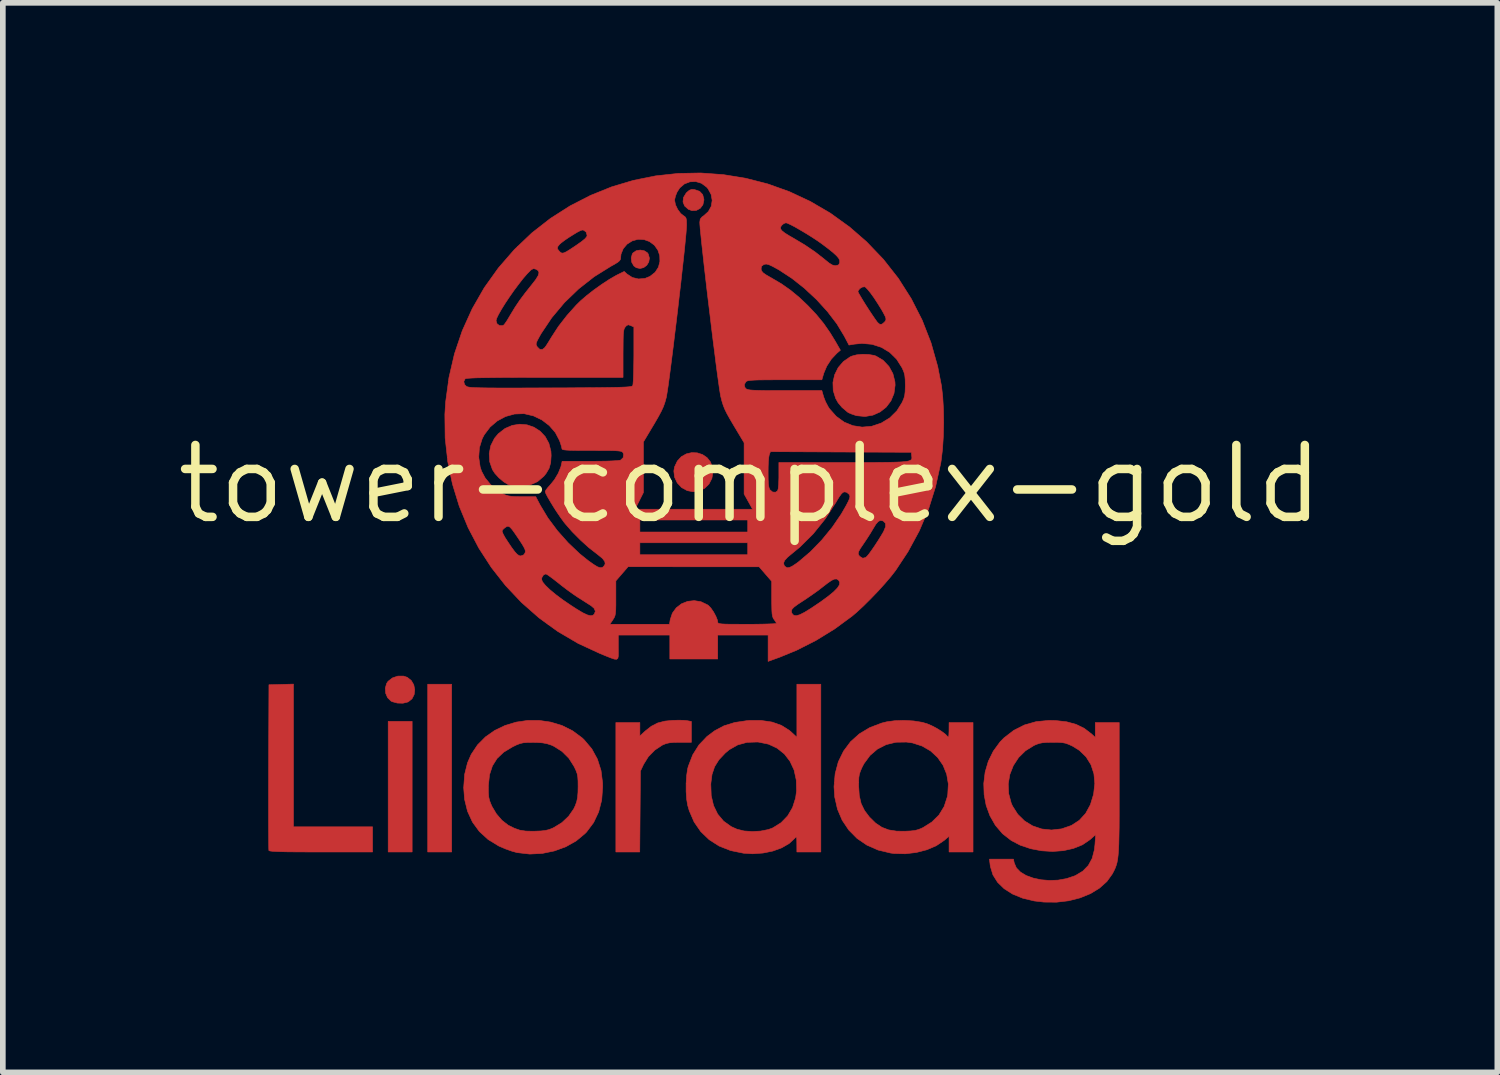
<source format=kicad_pcb>
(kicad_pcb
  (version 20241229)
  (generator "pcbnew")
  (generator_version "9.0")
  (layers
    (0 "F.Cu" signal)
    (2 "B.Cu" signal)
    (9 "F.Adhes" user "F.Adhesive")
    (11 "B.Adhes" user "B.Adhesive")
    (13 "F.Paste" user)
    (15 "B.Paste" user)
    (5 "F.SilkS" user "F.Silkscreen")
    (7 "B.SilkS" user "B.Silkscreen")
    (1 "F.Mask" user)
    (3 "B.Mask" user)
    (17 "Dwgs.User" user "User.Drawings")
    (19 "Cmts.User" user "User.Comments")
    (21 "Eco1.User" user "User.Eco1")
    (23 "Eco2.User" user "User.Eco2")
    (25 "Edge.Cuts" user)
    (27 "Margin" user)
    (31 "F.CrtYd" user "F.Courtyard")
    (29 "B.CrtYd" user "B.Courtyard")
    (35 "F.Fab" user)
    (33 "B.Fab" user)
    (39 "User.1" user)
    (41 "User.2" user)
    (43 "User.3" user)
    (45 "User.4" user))
  (footprint "tower-complex-gold"
    (layer "F.Cu")
    (at 10.198 5.499)
    (property "Reference" "tower-complex-gold" (at 0 0 0) (layer "F.SilkS") (effects (font (size 1.27 1.27) (thickness 0.15))))
    (attr through_hole)
    (fp_poly (pts (xy -5.969 6.498) (xy -6.392 6.498) (xy -6.392 4.191) (xy -5.969 4.191) (xy -5.969 6.498)) (stroke (width 0.01) (type solid)) (fill yes) (layer "F.Cu"))
    (fp_poly (pts (xy -5.271 6.498) (xy -5.694 6.498) (xy -5.694 3.535) (xy -5.271 3.535) (xy -5.271 6.498)) (stroke (width 0.01) (type solid)) (fill yes) (layer "F.Cu"))
    (fp_poly (pts (xy -1.871 -4.121) (xy -1.814 -4.085) (xy -1.799 -4.063) (xy -1.778 -3.989) (xy -1.79 -3.921) (xy -1.826 -3.863) (xy -1.88 -3.823) (xy -1.944 -3.807) (xy -2.01 -3.821) (xy -2.053 -3.852) (xy -2.09 -3.916) (xy -2.1 -3.992) (xy -2.081 -4.063) (xy -2.068 -4.082) (xy -2.012 -4.121) (xy -1.942 -4.133) (xy -1.871 -4.121)) (stroke (width 0.01) (type solid)) (fill yes) (layer "F.Cu"))
    (fp_poly (pts (xy -0.979 -5.2) (xy -0.892 -5.17) (xy -0.838 -5.113) (xy -0.816 -5.03) (xy -0.816 -5.014) (xy -0.834 -4.932) (xy -0.881 -4.87) (xy -0.949 -4.833) (xy -1.027 -4.829) (xy -1.09 -4.852) (xy -1.156 -4.91) (xy -1.185 -4.982) (xy -1.177 -5.061) (xy -1.13 -5.138) (xy -1.121 -5.148) (xy -1.073 -5.189) (xy -1.031 -5.204) (xy -0.979 -5.2)) (stroke (width 0.01) (type solid)) (fill yes) (layer "F.Cu"))
    (fp_poly (pts (xy -6.056 3.413) (xy -5.984 3.47) (xy -5.94 3.546) (xy -5.923 3.632) (xy -5.933 3.717) (xy -5.971 3.792) (xy -6.037 3.846) (xy -6.044 3.849) (xy -6.132 3.871) (xy -6.232 3.868) (xy -6.323 3.843) (xy -6.343 3.832) (xy -6.403 3.773) (xy -6.437 3.693) (xy -6.443 3.604) (xy -6.419 3.521) (xy -6.395 3.485) (xy -6.317 3.424) (xy -6.222 3.392) (xy -6.123 3.391) (xy -6.056 3.413)) (stroke (width 0.01) (type solid)) (fill yes) (layer "F.Cu"))
    (fp_poly (pts (xy -0.934 -0.551) (xy -0.841 -0.521) (xy -0.761 -0.467) (xy -0.699 -0.389) (xy -0.663 -0.288) (xy -0.656 -0.215) (xy -0.675 -0.099) (xy -0.726 -0.000193) (xy -0.803 0.075) (xy -0.899 0.122) (xy -1.007 0.136) (xy -1.111 0.116) (xy -1.211 0.061) (xy -1.287 -0.021) (xy -1.334 -0.121) (xy -1.347 -0.229) (xy -1.335 -0.301) (xy -1.285 -0.407) (xy -1.214 -0.484) (xy -1.126 -0.533) (xy -1.031 -0.555) (xy -0.934 -0.551)) (stroke (width 0.01) (type solid)) (fill yes) (layer "F.Cu"))
    (fp_poly (pts (xy -8.065 6.054) (xy -6.668 6.054) (xy -6.668 6.498) (xy -7.578 6.498) (xy -7.809 6.498) (xy -8.001 6.497) (xy -8.156 6.496) (xy -8.278 6.493) (xy -8.37 6.49) (xy -8.435 6.486) (xy -8.476 6.481) (xy -8.496 6.475) (xy -8.499 6.472) (xy -8.501 6.447) (xy -8.502 6.383) (xy -8.503 6.283) (xy -8.504 6.152) (xy -8.505 5.993) (xy -8.505 5.809) (xy -8.505 5.603) (xy -8.505 5.38) (xy -8.504 5.142) (xy -8.504 4.995) (xy -8.498 3.545) (xy -8.281 3.539) (xy -8.065 3.533) (xy -8.065 6.054)) (stroke (width 0.01) (type solid)) (fill yes) (layer "F.Cu"))
    (fp_poly (pts (xy -1.189 4.172) (xy -1.124 4.177) (xy -1.112 4.179) (xy -1.037 4.193) (xy -1.037 4.377) (xy -1.037 4.561) (xy -1.244 4.561) (xy -1.349 4.563) (xy -1.424 4.57) (xy -1.483 4.583) (xy -1.538 4.605) (xy -1.549 4.61) (xy -1.682 4.698) (xy -1.797 4.815) (xy -1.881 4.95) (xy -1.937 5.069) (xy -1.949 6.498) (xy -2.371 6.498) (xy -2.371 4.212) (xy -1.947 4.212) (xy -1.947 4.45) (xy -1.851 4.361) (xy -1.744 4.277) (xy -1.633 4.22) (xy -1.505 4.187) (xy -1.372 4.174) (xy -1.277 4.171) (xy -1.189 4.172)) (stroke (width 0.01) (type solid)) (fill yes) (layer "F.Cu"))
    (fp_poly (pts (xy -3.94 -1.046) (xy -3.818 -1.004) (xy -3.709 -0.934) (xy -3.619 -0.838) (xy -3.554 -0.719) (xy -3.518 -0.58) (xy -3.514 -0.503) (xy -3.522 -0.378) (xy -3.55 -0.278) (xy -3.603 -0.188) (xy -3.643 -0.138) (xy -3.754 -0.043) (xy -3.887 0.017) (xy -4.038 0.041) (xy -4.064 0.041) (xy -4.148 0.036) (xy -4.225 0.024) (xy -4.268 0.012) (xy -4.349 -0.037) (xy -4.434 -0.108) (xy -4.508 -0.189) (xy -4.551 -0.255) (xy -4.599 -0.393) (xy -4.608 -0.537) (xy -4.58 -0.678) (xy -4.515 -0.808) (xy -4.448 -0.888) (xy -4.329 -0.981) (xy -4.201 -1.036) (xy -4.07 -1.057) (xy -3.94 -1.046)) (stroke (width 0.01) (type solid)) (fill yes) (layer "F.Cu"))
    (fp_poly (pts (xy 2.095 -2.288) (xy 2.191 -2.272) (xy 2.224 -2.26) (xy 2.351 -2.184) (xy 2.452 -2.077) (xy 2.522 -1.949) (xy 2.558 -1.805) (xy 2.561 -1.746) (xy 2.541 -1.599) (xy 2.487 -1.469) (xy 2.403 -1.358) (xy 2.295 -1.273) (xy 2.169 -1.217) (xy 2.03 -1.193) (xy 1.884 -1.207) (xy 1.859 -1.214) (xy 1.791 -1.237) (xy 1.736 -1.261) (xy 1.721 -1.271) (xy 1.624 -1.353) (xy 1.555 -1.435) (xy 1.511 -1.513) (xy 1.468 -1.651) (xy 1.463 -1.793) (xy 1.493 -1.93) (xy 1.556 -2.057) (xy 1.648 -2.164) (xy 1.768 -2.247) (xy 1.798 -2.26) (xy 1.881 -2.282) (xy 1.986 -2.292) (xy 2.095 -2.288)) (stroke (width 0.01) (type solid)) (fill yes) (layer "F.Cu"))
    (fp_poly (pts (xy 1.249 6.498) (xy 0.826 6.498) (xy 0.825 6.355) (xy 0.824 6.281) (xy 0.821 6.242) (xy 0.812 6.233) (xy 0.797 6.247) (xy 0.788 6.257) (xy 0.689 6.349) (xy 0.557 6.425) (xy 0.401 6.482) (xy 0.228 6.517) (xy 0.046 6.53) (xy -0.116 6.52) (xy -0.345 6.473) (xy -0.548 6.393) (xy -0.723 6.281) (xy -0.871 6.139) (xy -0.989 5.968) (xy -1.075 5.769) (xy -1.103 5.673) (xy -1.121 5.564) (xy -1.13 5.431) (xy -1.13 5.304) (xy -0.694 5.304) (xy -0.687 5.503) (xy -0.646 5.678) (xy -0.573 5.829) (xy -0.468 5.954) (xy -0.334 6.05) (xy -0.232 6.096) (xy -0.107 6.127) (xy 0.037 6.137) (xy 0.185 6.129) (xy 0.322 6.102) (xy 0.402 6.072) (xy 0.547 5.981) (xy 0.664 5.86) (xy 0.75 5.713) (xy 0.804 5.543) (xy 0.82 5.422) (xy 0.815 5.227) (xy 0.777 5.051) (xy 0.705 4.897) (xy 0.605 4.767) (xy 0.477 4.665) (xy 0.325 4.594) (xy 0.151 4.558) (xy 0.126 4.556) (xy -0.055 4.562) (xy -0.219 4.607) (xy -0.369 4.692) (xy -0.439 4.751) (xy -0.551 4.87) (xy -0.627 4.992) (xy -0.673 5.129) (xy -0.694 5.291) (xy -0.694 5.304) (xy -1.13 5.304) (xy -1.13 5.288) (xy -1.121 5.15) (xy -1.104 5.032) (xy -1.092 4.986) (xy -1.013 4.782) (xy -0.903 4.607) (xy -0.761 4.458) (xy -0.626 4.357) (xy -0.46 4.269) (xy -0.272 4.211) (xy -0.057 4.179) (xy -0.018 4.176) (xy 0.2 4.176) (xy 0.389 4.204) (xy 0.552 4.262) (xy 0.692 4.35) (xy 0.73 4.383) (xy 0.826 4.472) (xy 0.826 3.535) (xy 1.249 3.535) (xy 1.249 6.498)) (stroke (width 0.01) (type solid)) (fill yes) (layer "F.Cu"))
    (fp_poly (pts (xy 2.888 4.184) (xy 3.038 4.208) (xy 3.122 4.232) (xy 3.207 4.268) (xy 3.297 4.315) (xy 3.382 4.368) (xy 3.45 4.419) (xy 3.49 4.461) (xy 3.492 4.464) (xy 3.504 4.469) (xy 3.51 4.435) (xy 3.513 4.362) (xy 3.513 4.355) (xy 3.514 4.212) (xy 3.937 4.212) (xy 3.937 6.498) (xy 3.514 6.498) (xy 3.514 6.22) (xy 3.427 6.294) (xy 3.289 6.387) (xy 3.122 6.459) (xy 2.936 6.507) (xy 2.74 6.53) (xy 2.542 6.525) (xy 2.481 6.517) (xy 2.26 6.464) (xy 2.062 6.377) (xy 1.888 6.258) (xy 1.742 6.11) (xy 1.626 5.937) (xy 1.543 5.742) (xy 1.494 5.526) (xy 1.482 5.345) (xy 1.483 5.334) (xy 1.917 5.334) (xy 1.928 5.503) (xy 1.961 5.644) (xy 2.021 5.767) (xy 2.108 5.882) (xy 2.216 5.988) (xy 2.326 6.062) (xy 2.446 6.108) (xy 2.586 6.13) (xy 2.731 6.132) (xy 2.837 6.127) (xy 2.914 6.118) (xy 2.979 6.1) (xy 3.044 6.072) (xy 3.049 6.07) (xy 3.209 5.97) (xy 3.335 5.846) (xy 3.427 5.696) (xy 3.483 5.524) (xy 3.491 5.481) (xy 3.501 5.297) (xy 3.472 5.125) (xy 3.408 4.967) (xy 3.312 4.829) (xy 3.188 4.714) (xy 3.038 4.627) (xy 2.868 4.572) (xy 2.761 4.557) (xy 2.575 4.56) (xy 2.403 4.602) (xy 2.25 4.68) (xy 2.118 4.793) (xy 2.012 4.937) (xy 1.981 4.995) (xy 1.95 5.065) (xy 1.93 5.124) (xy 1.92 5.186) (xy 1.917 5.266) (xy 1.917 5.334) (xy 1.483 5.334) (xy 1.502 5.116) (xy 1.558 4.906) (xy 1.65 4.717) (xy 1.774 4.551) (xy 1.929 4.412) (xy 2.114 4.301) (xy 2.325 4.221) (xy 2.414 4.199) (xy 2.561 4.179) (xy 2.724 4.174) (xy 2.888 4.184)) (stroke (width 0.01) (type solid)) (fill yes) (layer "F.Cu"))
    (fp_poly (pts (xy -3.519 4.205) (xy -3.321 4.265) (xy -3.137 4.357) (xy -2.969 4.481) (xy -2.932 4.516) (xy -2.796 4.677) (xy -2.697 4.858) (xy -2.633 5.059) (xy -2.605 5.282) (xy -2.604 5.349) (xy -2.621 5.581) (xy -2.675 5.791) (xy -2.764 5.979) (xy -2.889 6.146) (xy -2.916 6.173) (xy -3.072 6.303) (xy -3.255 6.406) (xy -3.458 6.48) (xy -3.672 6.524) (xy -3.892 6.535) (xy -4.109 6.51) (xy -4.117 6.509) (xy -4.207 6.484) (xy -4.315 6.446) (xy -4.419 6.402) (xy -4.442 6.391) (xy -4.628 6.277) (xy -4.782 6.136) (xy -4.904 5.969) (xy -4.991 5.779) (xy -5.043 5.568) (xy -5.059 5.356) (xy -5.058 5.355) (xy -4.623 5.355) (xy -4.622 5.455) (xy -4.616 5.528) (xy -4.602 5.589) (xy -4.578 5.651) (xy -4.559 5.694) (xy -4.481 5.825) (xy -4.384 5.938) (xy -4.277 6.022) (xy -4.265 6.029) (xy -4.162 6.08) (xy -4.067 6.113) (xy -3.964 6.129) (xy -3.839 6.132) (xy -3.799 6.131) (xy -3.694 6.127) (xy -3.616 6.118) (xy -3.552 6.103) (xy -3.489 6.078) (xy -3.461 6.064) (xy -3.323 5.979) (xy -3.205 5.867) (xy -3.116 5.739) (xy -3.087 5.678) (xy -3.062 5.607) (xy -3.047 5.534) (xy -3.04 5.446) (xy -3.038 5.344) (xy -3.039 5.243) (xy -3.044 5.171) (xy -3.055 5.114) (xy -3.076 5.057) (xy -3.107 4.991) (xy -3.2 4.844) (xy -3.322 4.722) (xy -3.464 4.632) (xy -3.509 4.611) (xy -3.586 4.586) (xy -3.665 4.571) (xy -3.763 4.564) (xy -3.833 4.563) (xy -3.931 4.564) (xy -4.001 4.569) (xy -4.06 4.582) (xy -4.121 4.605) (xy -4.197 4.642) (xy -4.351 4.735) (xy -4.468 4.845) (xy -4.551 4.977) (xy -4.602 5.133) (xy -4.622 5.317) (xy -4.623 5.355) (xy -5.058 5.355) (xy -5.042 5.128) (xy -4.991 4.924) (xy -4.926 4.775) (xy -4.814 4.607) (xy -4.674 4.466) (xy -4.51 4.351) (xy -4.328 4.264) (xy -4.133 4.205) (xy -3.929 4.175) (xy -3.723 4.175) (xy -3.519 4.205)) (stroke (width 0.01) (type solid)) (fill yes) (layer "F.Cu"))
    (fp_poly (pts (xy 5.397 4.177) (xy 5.591 4.199) (xy 5.756 4.244) (xy 5.9 4.314) (xy 6.031 4.414) (xy 6.038 4.421) (xy 6.096 4.474) (xy 6.096 4.212) (xy 6.519 4.212) (xy 6.519 5.372) (xy 6.519 5.638) (xy 6.519 5.866) (xy 6.518 6.058) (xy 6.515 6.22) (xy 6.512 6.354) (xy 6.507 6.464) (xy 6.5 6.553) (xy 6.491 6.627) (xy 6.48 6.687) (xy 6.465 6.738) (xy 6.448 6.784) (xy 6.427 6.829) (xy 6.403 6.875) (xy 6.398 6.885) (xy 6.301 7.02) (xy 6.17 7.137) (xy 6.011 7.234) (xy 5.827 7.309) (xy 5.626 7.36) (xy 5.411 7.385) (xy 5.188 7.383) (xy 5.022 7.364) (xy 4.816 7.315) (xy 4.637 7.242) (xy 4.488 7.148) (xy 4.371 7.034) (xy 4.289 6.903) (xy 4.244 6.757) (xy 4.24 6.73) (xy 4.227 6.625) (xy 4.651 6.625) (xy 4.665 6.692) (xy 4.703 6.779) (xy 4.775 6.853) (xy 4.876 6.914) (xy 4.999 6.959) (xy 5.139 6.989) (xy 5.288 7.001) (xy 5.44 6.995) (xy 5.59 6.968) (xy 5.732 6.92) (xy 5.745 6.915) (xy 5.875 6.837) (xy 5.973 6.737) (xy 6.041 6.612) (xy 6.081 6.458) (xy 6.091 6.364) (xy 6.103 6.192) (xy 6.002 6.281) (xy 5.87 6.371) (xy 5.711 6.435) (xy 5.533 6.475) (xy 5.342 6.489) (xy 5.147 6.477) (xy 4.954 6.44) (xy 4.77 6.378) (xy 4.613 6.296) (xy 4.458 6.175) (xy 4.332 6.027) (xy 4.236 5.859) (xy 4.169 5.676) (xy 4.133 5.483) (xy 4.127 5.297) (xy 4.559 5.297) (xy 4.567 5.468) (xy 4.612 5.636) (xy 4.634 5.686) (xy 4.727 5.832) (xy 4.848 5.951) (xy 4.991 6.038) (xy 5.151 6.092) (xy 5.323 6.11) (xy 5.5 6.09) (xy 5.506 6.088) (xy 5.674 6.03) (xy 5.814 5.939) (xy 5.926 5.817) (xy 6.01 5.663) (xy 6.067 5.476) (xy 6.067 5.475) (xy 6.088 5.289) (xy 6.072 5.116) (xy 6.02 4.957) (xy 5.934 4.819) (xy 5.817 4.705) (xy 5.699 4.631) (xy 5.63 4.599) (xy 5.573 4.578) (xy 5.515 4.567) (xy 5.441 4.562) (xy 5.345 4.561) (xy 5.241 4.563) (xy 5.165 4.569) (xy 5.105 4.581) (xy 5.047 4.602) (xy 5.012 4.618) (xy 4.864 4.71) (xy 4.742 4.83) (xy 4.649 4.972) (xy 4.587 5.13) (xy 4.559 5.297) (xy 4.127 5.297) (xy 4.127 5.285) (xy 4.151 5.088) (xy 4.207 4.897) (xy 4.295 4.718) (xy 4.414 4.555) (xy 4.483 4.484) (xy 4.655 4.351) (xy 4.845 4.255) (xy 5.053 4.196) (xy 5.282 4.174) (xy 5.397 4.177)) (stroke (width 0.01) (type solid)) (fill yes) (layer "F.Cu"))
    (fp_poly (pts (xy -0.474 -5.465) (xy -0.079 -5.401) (xy 0.311 -5.301) (xy 0.692 -5.165) (xy 1.062 -4.992) (xy 1.418 -4.784) (xy 1.758 -4.539) (xy 2.056 -4.28) (xy 2.354 -3.969) (xy 2.618 -3.633) (xy 2.846 -3.274) (xy 3.039 -2.895) (xy 3.195 -2.495) (xy 3.313 -2.077) (xy 3.38 -1.734) (xy 3.402 -1.541) (xy 3.415 -1.321) (xy 3.419 -1.086) (xy 3.413 -0.848) (xy 3.399 -0.623) (xy 3.375 -0.421) (xy 3.367 -0.37) (xy 3.275 0.049) (xy 3.15 0.447) (xy 2.988 0.827) (xy 2.788 1.196) (xy 2.57 1.526) (xy 2.487 1.633) (xy 2.38 1.758) (xy 2.258 1.893) (xy 2.128 2.028) (xy 1.999 2.156) (xy 1.879 2.267) (xy 1.801 2.333) (xy 1.493 2.559) (xy 1.163 2.762) (xy 0.82 2.936) (xy 0.523 3.058) (xy 0.318 3.132) (xy 0.318 2.667) (xy -0.572 2.667) (xy -0.572 3.09) (xy -1.418 3.09) (xy -1.418 2.667) (xy -2.328 2.667) (xy -2.328 2.891) (xy -2.327 2.978) (xy -2.328 3.04) (xy -2.336 3.079) (xy -2.358 3.095) (xy -2.398 3.092) (xy -2.462 3.07) (xy -2.557 3.032) (xy -2.656 2.991) (xy -3.037 2.815) (xy -3.396 2.604) (xy -3.572 2.477) (xy -2.478 2.477) (xy -1.424 2.477) (xy -1.411 2.395) (xy -1.373 2.28) (xy -1.304 2.186) (xy -1.212 2.115) (xy -1.104 2.072) (xy -0.987 2.059) (xy -0.868 2.078) (xy -0.755 2.132) (xy -0.737 2.144) (xy -0.693 2.19) (xy -0.646 2.258) (xy -0.605 2.334) (xy -0.578 2.402) (xy -0.572 2.438) (xy -0.569 2.45) (xy -0.559 2.459) (xy -0.536 2.466) (xy -0.495 2.471) (xy -0.431 2.474) (xy -0.34 2.476) (xy -0.216 2.476) (xy -0.055 2.477) (xy -0.053 2.477) (xy 0.09 2.476) (xy 0.218 2.474) (xy 0.325 2.471) (xy 0.406 2.468) (xy 0.454 2.464) (xy 0.465 2.461) (xy 0.453 2.434) (xy 0.424 2.393) (xy 0.423 2.392) (xy 0.407 2.367) (xy 0.396 2.335) (xy 0.388 2.29) (xy 0.385 2.242) (xy 0.729 2.242) (xy 0.735 2.274) (xy 0.742 2.288) (xy 0.77 2.318) (xy 0.814 2.326) (xy 0.877 2.308) (xy 0.964 2.264) (xy 1.077 2.194) (xy 1.245 2.081) (xy 1.377 1.984) (xy 1.475 1.904) (xy 1.541 1.837) (xy 1.577 1.781) (xy 1.583 1.736) (xy 1.563 1.698) (xy 1.562 1.698) (xy 1.53 1.677) (xy 1.491 1.678) (xy 1.439 1.701) (xy 1.367 1.751) (xy 1.297 1.805) (xy 1.203 1.878) (xy 1.09 1.958) (xy 0.98 2.034) (xy 0.938 2.061) (xy 0.842 2.124) (xy 0.777 2.172) (xy 0.741 2.209) (xy 0.729 2.242) (xy 0.385 2.242) (xy 0.384 2.223) (xy 0.382 2.126) (xy 0.381 2.029) (xy 0.381 1.718) (xy 0.159 1.461) (xy -0.998 1.461) (xy -2.155 1.46) (xy -2.263 1.585) (xy -2.371 1.71) (xy -2.371 2.014) (xy -2.371 2.134) (xy -2.373 2.221) (xy -2.378 2.281) (xy -2.386 2.324) (xy -2.399 2.357) (xy -2.419 2.389) (xy -2.424 2.398) (xy -2.478 2.477) (xy -3.572 2.477) (xy -3.73 2.362) (xy -4.038 2.091) (xy -4.319 1.793) (xy -4.404 1.685) (xy -3.683 1.685) (xy -3.665 1.729) (xy -3.614 1.791) (xy -3.535 1.867) (xy -3.43 1.954) (xy -3.304 2.048) (xy -3.16 2.146) (xy -3.061 2.21) (xy -2.954 2.274) (xy -2.875 2.311) (xy -2.817 2.326) (xy -2.776 2.318) (xy -2.753 2.298) (xy -2.733 2.247) (xy -2.755 2.195) (xy -2.808 2.149) (xy -2.857 2.118) (xy -2.929 2.072) (xy -3.01 2.02) (xy -3.035 2.005) (xy -3.121 1.947) (xy -3.224 1.873) (xy -3.328 1.794) (xy -3.389 1.745) (xy -3.467 1.684) (xy -3.535 1.633) (xy -3.584 1.599) (xy -3.608 1.587) (xy -3.65 1.606) (xy -3.678 1.652) (xy -3.683 1.685) (xy -4.404 1.685) (xy -4.571 1.472) (xy -4.792 1.13) (xy -4.946 0.836) (xy -4.38 0.836) (xy -4.364 0.878) (xy -4.357 0.892) (xy -4.329 0.943) (xy -4.283 1.014) (xy -4.23 1.093) (xy -4.214 1.117) (xy -4.156 1.195) (xy -4.113 1.242) (xy -4.078 1.265) (xy -4.052 1.27) (xy -4 1.252) (xy -3.977 1.22) (xy -3.969 1.194) (xy -3.973 1.164) (xy -3.991 1.123) (xy -4.026 1.062) (xy -4.083 0.976) (xy -4.086 0.971) (xy -4.154 0.871) (xy -4.203 0.803) (xy -4.239 0.763) (xy -4.268 0.746) (xy -4.294 0.748) (xy -4.324 0.767) (xy -4.342 0.781) (xy -4.373 0.81) (xy -4.38 0.836) (xy -4.946 0.836) (xy -4.981 0.769) (xy -5.137 0.391) (xy -5.257 0.000108) (xy -5.341 -0.402) (xy -5.348 -0.473) (xy -4.793 -0.473) (xy -4.768 -0.305) (xy -4.743 -0.227) (xy -4.68 -0.109) (xy -4.587 0.005) (xy -4.476 0.104) (xy -4.371 0.17) (xy -4.319 0.194) (xy -4.268 0.209) (xy -4.208 0.218) (xy -4.126 0.222) (xy -4.025 0.223) (xy -3.786 0.223) (xy -3.707 0.373) (xy -3.572 0.598) (xy -3.405 0.822) (xy -3.214 1.037) (xy -3.01 1.231) (xy -2.857 1.354) (xy -2.764 1.42) (xy -2.697 1.461) (xy -2.648 1.478) (xy -2.612 1.474) (xy -2.587 1.456) (xy -2.56 1.413) (xy -2.562 1.396) (xy 0.591 1.396) (xy 0.602 1.438) (xy 0.618 1.456) (xy 0.65 1.477) (xy 0.689 1.476) (xy 0.742 1.452) (xy 0.816 1.403) (xy 0.859 1.371) (xy 1.029 1.227) (xy 1.909 1.227) (xy 1.919 1.256) (xy 1.938 1.279) (xy 1.989 1.31) (xy 2.039 1.298) (xy 2.063 1.278) (xy 2.097 1.238) (xy 2.145 1.172) (xy 2.202 1.089) (xy 2.26 1) (xy 2.313 0.915) (xy 2.355 0.844) (xy 2.36 0.834) (xy 2.393 0.753) (xy 2.391 0.694) (xy 2.355 0.656) (xy 2.34 0.649) (xy 2.299 0.643) (xy 2.262 0.662) (xy 2.22 0.711) (xy 2.172 0.79) (xy 2.12 0.877) (xy 2.057 0.975) (xy 2.002 1.057) (xy 1.948 1.136) (xy 1.918 1.19) (xy 1.909 1.227) (xy 1.029 1.227) (xy 1.065 1.196) (xy 1.265 0.99) (xy 1.451 0.763) (xy 1.612 0.527) (xy 1.697 0.379) (xy 1.737 0.301) (xy 1.758 0.251) (xy 1.763 0.217) (xy 1.755 0.191) (xy 1.749 0.182) (xy 1.708 0.147) (xy 1.671 0.138) (xy 1.643 0.145) (xy 1.613 0.172) (xy 1.575 0.224) (xy 1.524 0.308) (xy 1.522 0.313) (xy 1.329 0.613) (xy 1.114 0.88) (xy 0.88 1.112) (xy 0.749 1.22) (xy 0.662 1.292) (xy 0.61 1.349) (xy 0.591 1.396) (xy -2.562 1.396) (xy -2.567 1.367) (xy -2.608 1.313) (xy -2.687 1.248) (xy -2.704 1.235) (xy -2.848 1.123) (xy -2.943 1.037) (xy -1.947 1.037) (xy -1.947 1.249) (xy -0.042 1.249) (xy -0.042 1.037) (xy -1.947 1.037) (xy -2.943 1.037) (xy -2.998 0.987) (xy -3.142 0.842) (xy -3.266 0.7) (xy -3.29 0.67) (xy -3.315 0.635) (xy -1.947 0.635) (xy -1.947 0.847) (xy -0.042 0.847) (xy -0.042 0.635) (xy -1.947 0.635) (xy -3.315 0.635) (xy -3.348 0.59) (xy -3.41 0.499) (xy -3.445 0.445) (xy -2.033 0.445) (xy 0.044 0.445) (xy -0.106 0.176) (xy -0.106 -0.204) (xy 0.318 -0.204) (xy 0.319 -0.085) (xy 0.323 -0.000482) (xy 0.332 0.056) (xy 0.345 0.093) (xy 0.35 0.101) (xy 0.397 0.141) (xy 0.449 0.144) (xy 0.483 0.123) (xy 0.496 0.086) (xy 0.504 0.009) (xy 0.508 -0.109) (xy 0.508 -0.142) (xy 0.508 -0.381) (xy 1.647 -0.381) (xy 1.905 -0.381) (xy 2.123 -0.381) (xy 2.306 -0.382) (xy 2.456 -0.384) (xy 2.576 -0.387) (xy 2.67 -0.391) (xy 2.741 -0.397) (xy 2.792 -0.405) (xy 2.825 -0.416) (xy 2.845 -0.429) (xy 2.855 -0.445) (xy 2.857 -0.465) (xy 2.855 -0.488) (xy 2.854 -0.498) (xy 2.847 -0.561) (xy 1.603 -0.566) (xy 0.359 -0.572) (xy 0.338 -0.517) (xy 0.33 -0.475) (xy 0.323 -0.401) (xy 0.319 -0.306) (xy 0.318 -0.204) (xy -0.106 -0.204) (xy -0.106 -0.729) (xy -0.288 -1.033) (xy -0.358 -1.152) (xy -0.41 -1.245) (xy -0.448 -1.323) (xy -0.476 -1.394) (xy -0.499 -1.468) (xy -0.52 -1.552) (xy -0.529 -1.603) (xy -0.543 -1.692) (xy -0.552 -1.757) (xy -0.103 -1.757) (xy -0.092 -1.707) (xy -0.073 -1.684) (xy -0.058 -1.675) (xy -0.034 -1.667) (xy 0.005 -1.661) (xy 0.063 -1.657) (xy 0.144 -1.654) (xy 0.254 -1.652) (xy 0.396 -1.651) (xy 0.575 -1.651) (xy 0.614 -1.651) (xy 1.267 -1.651) (xy 1.299 -1.539) (xy 1.332 -1.454) (xy 1.379 -1.365) (xy 1.401 -1.331) (xy 1.522 -1.195) (xy 1.661 -1.094) (xy 1.815 -1.031) (xy 1.978 -1.006) (xy 2.146 -1.02) (xy 2.314 -1.076) (xy 2.318 -1.078) (xy 2.467 -1.169) (xy 2.592 -1.293) (xy 2.682 -1.436) (xy 2.712 -1.502) (xy 2.73 -1.562) (xy 2.738 -1.63) (xy 2.741 -1.723) (xy 2.741 -1.746) (xy 2.739 -1.846) (xy 2.732 -1.919) (xy 2.716 -1.979) (xy 2.689 -2.042) (xy 2.684 -2.053) (xy 2.587 -2.206) (xy 2.464 -2.327) (xy 2.317 -2.415) (xy 2.153 -2.468) (xy 1.975 -2.484) (xy 1.841 -2.471) (xy 1.746 -2.455) (xy 1.663 -2.613) (xy 1.532 -2.83) (xy 1.366 -3.047) (xy 1.174 -3.258) (xy 1.023 -3.398) (xy 1.905 -3.398) (xy 1.916 -3.373) (xy 1.946 -3.321) (xy 1.989 -3.249) (xy 2.041 -3.165) (xy 2.097 -3.078) (xy 2.152 -2.995) (xy 2.201 -2.923) (xy 2.238 -2.871) (xy 2.253 -2.852) (xy 2.292 -2.82) (xy 2.33 -2.824) (xy 2.37 -2.857) (xy 2.393 -2.884) (xy 2.4 -2.914) (xy 2.39 -2.953) (xy 2.36 -3.012) (xy 2.322 -3.08) (xy 2.255 -3.188) (xy 2.189 -3.289) (xy 2.127 -3.375) (xy 2.074 -3.44) (xy 2.036 -3.478) (xy 2.025 -3.484) (xy 1.982 -3.479) (xy 1.937 -3.452) (xy 1.908 -3.413) (xy 1.905 -3.398) (xy 1.023 -3.398) (xy 0.962 -3.456) (xy 0.738 -3.633) (xy 0.509 -3.783) (xy 0.394 -3.846) (xy 0.328 -3.876) (xy 0.283 -3.886) (xy 0.245 -3.878) (xy 0.239 -3.875) (xy 0.2 -3.845) (xy 0.194 -3.797) (xy 0.194 -3.795) (xy 0.204 -3.763) (xy 0.229 -3.732) (xy 0.278 -3.697) (xy 0.357 -3.651) (xy 0.37 -3.644) (xy 0.552 -3.537) (xy 0.713 -3.424) (xy 0.868 -3.296) (xy 1.017 -3.155) (xy 1.17 -2.993) (xy 1.298 -2.837) (xy 1.414 -2.67) (xy 1.505 -2.521) (xy 1.595 -2.364) (xy 1.531 -2.309) (xy 1.435 -2.207) (xy 1.354 -2.083) (xy 1.3 -1.955) (xy 1.3 -1.954) (xy 1.267 -1.841) (xy 0.614 -1.841) (xy 0.427 -1.841) (xy 0.278 -1.84) (xy 0.163 -1.839) (xy 0.076 -1.836) (xy 0.014 -1.832) (xy -0.028 -1.827) (xy -0.055 -1.819) (xy -0.07 -1.81) (xy -0.073 -1.808) (xy -0.103 -1.757) (xy -0.552 -1.757) (xy -0.56 -1.814) (xy -0.581 -1.964) (xy -0.604 -2.139) (xy -0.628 -2.333) (xy -0.655 -2.542) (xy -0.682 -2.762) (xy -0.709 -2.988) (xy -0.737 -3.217) (xy -0.764 -3.443) (xy -0.789 -3.661) (xy -0.813 -3.869) (xy -0.834 -4.061) (xy -0.853 -4.232) (xy -0.868 -4.379) (xy -0.88 -4.496) (xy -0.881 -4.508) (xy 0.537 -4.508) (xy 0.562 -4.474) (xy 0.615 -4.432) (xy 0.701 -4.379) (xy 0.754 -4.349) (xy 0.964 -4.224) (xy 1.143 -4.103) (xy 1.301 -3.98) (xy 1.325 -3.96) (xy 1.397 -3.902) (xy 1.451 -3.869) (xy 1.494 -3.858) (xy 1.513 -3.858) (xy 1.561 -3.869) (xy 1.58 -3.901) (xy 1.583 -3.919) (xy 1.581 -3.953) (xy 1.563 -3.99) (xy 1.525 -4.034) (xy 1.464 -4.09) (xy 1.375 -4.161) (xy 1.273 -4.238) (xy 1.193 -4.295) (xy 1.097 -4.358) (xy 0.995 -4.422) (xy 0.892 -4.483) (xy 0.797 -4.538) (xy 0.717 -4.58) (xy 0.658 -4.607) (xy 0.632 -4.614) (xy 0.594 -4.6) (xy 0.56 -4.571) (xy 0.538 -4.539) (xy 0.537 -4.508) (xy -0.881 -4.508) (xy -0.887 -4.58) (xy -0.889 -4.624) (xy -0.881 -4.679) (xy -0.849 -4.718) (xy -0.82 -4.738) (xy -0.737 -4.813) (xy -0.686 -4.906) (xy -0.67 -5.01) (xy -0.689 -5.116) (xy -0.743 -5.215) (xy -0.768 -5.244) (xy -0.859 -5.312) (xy -0.959 -5.342) (xy -1.063 -5.338) (xy -1.16 -5.301) (xy -1.242 -5.231) (xy -1.29 -5.157) (xy -1.317 -5.089) (xy -1.332 -5.027) (xy -1.333 -5.009) (xy -1.318 -4.932) (xy -1.279 -4.85) (xy -1.226 -4.779) (xy -1.184 -4.745) (xy -1.151 -4.723) (xy -1.132 -4.697) (xy -1.124 -4.656) (xy -1.122 -4.586) (xy -1.122 -4.57) (xy -1.125 -4.515) (xy -1.132 -4.423) (xy -1.144 -4.298) (xy -1.159 -4.144) (xy -1.178 -3.967) (xy -1.2 -3.771) (xy -1.223 -3.559) (xy -1.249 -3.338) (xy -1.275 -3.11) (xy -1.302 -2.882) (xy -1.33 -2.656) (xy -1.356 -2.439) (xy -1.382 -2.233) (xy -1.406 -2.045) (xy -1.428 -1.878) (xy -1.447 -1.737) (xy -1.464 -1.626) (xy -1.476 -1.55) (xy -1.482 -1.524) (xy -1.504 -1.444) (xy -1.531 -1.367) (xy -1.569 -1.285) (xy -1.621 -1.188) (xy -1.691 -1.067) (xy -1.705 -1.044) (xy -1.884 -0.744) (xy -1.884 0.149) (xy -1.958 0.297) (xy -2.033 0.445) (xy -3.445 0.445) (xy -3.472 0.403) (xy -3.528 0.311) (xy -3.575 0.231) (xy -3.607 0.169) (xy -3.619 0.133) (xy -3.619 0.132) (xy -3.605 0.104) (xy -3.569 0.058) (xy -3.536 0.022) (xy -3.456 -0.076) (xy -3.388 -0.191) (xy -3.342 -0.305) (xy -3.335 -0.333) (xy -3.32 -0.402) (xy -2.823 -0.402) (xy -2.674 -0.403) (xy -2.541 -0.405) (xy -2.43 -0.409) (xy -2.347 -0.414) (xy -2.297 -0.42) (xy -2.287 -0.423) (xy -2.242 -0.466) (xy -2.234 -0.523) (xy -2.244 -0.552) (xy -2.253 -0.564) (xy -2.268 -0.574) (xy -2.294 -0.581) (xy -2.335 -0.586) (xy -2.398 -0.59) (xy -2.487 -0.592) (xy -2.608 -0.592) (xy -2.765 -0.593) (xy -2.795 -0.593) (xy -2.96 -0.593) (xy -3.088 -0.594) (xy -3.183 -0.596) (xy -3.249 -0.6) (xy -3.292 -0.605) (xy -3.315 -0.612) (xy -3.323 -0.621) (xy -3.323 -0.624) (xy -3.33 -0.659) (xy -3.349 -0.72) (xy -3.367 -0.771) (xy -3.44 -0.91) (xy -3.547 -1.033) (xy -3.678 -1.133) (xy -3.826 -1.204) (xy -3.983 -1.241) (xy -3.996 -1.243) (xy -4.16 -1.237) (xy -4.319 -1.193) (xy -4.465 -1.115) (xy -4.593 -1.006) (xy -4.695 -0.871) (xy -4.732 -0.8) (xy -4.781 -0.642) (xy -4.793 -0.473) (xy -5.348 -0.473) (xy -5.386 -0.813) (xy -5.391 -1.229) (xy -5.378 -1.445) (xy -5.328 -1.81) (xy -5.057 -1.81) (xy -5.043 -1.758) (xy -5.011 -1.726) (xy -4.998 -1.719) (xy -4.978 -1.714) (xy -4.947 -1.709) (xy -4.902 -1.705) (xy -4.841 -1.702) (xy -4.761 -1.7) (xy -4.658 -1.698) (xy -4.529 -1.697) (xy -4.371 -1.696) (xy -4.183 -1.696) (xy -3.959 -1.697) (xy -3.698 -1.698) (xy -3.529 -1.698) (xy -3.244 -1.699) (xy -2.998 -1.701) (xy -2.789 -1.702) (xy -2.614 -1.704) (xy -2.469 -1.706) (xy -2.353 -1.708) (xy -2.261 -1.711) (xy -2.191 -1.714) (xy -2.141 -1.718) (xy -2.106 -1.723) (xy -2.086 -1.728) (xy -2.075 -1.734) (xy -2.074 -1.736) (xy -2.068 -1.765) (xy -2.063 -1.831) (xy -2.059 -1.927) (xy -2.056 -2.047) (xy -2.054 -2.185) (xy -2.053 -2.271) (xy -2.053 -2.774) (xy -2.109 -2.799) (xy -2.152 -2.813) (xy -2.183 -2.798) (xy -2.204 -2.775) (xy -2.218 -2.755) (xy -2.228 -2.728) (xy -2.235 -2.689) (xy -2.24 -2.632) (xy -2.242 -2.55) (xy -2.243 -2.437) (xy -2.244 -2.305) (xy -2.244 -1.884) (xy -3.626 -1.884) (xy -3.919 -1.884) (xy -4.172 -1.883) (xy -4.388 -1.882) (xy -4.568 -1.88) (xy -4.715 -1.878) (xy -4.831 -1.876) (xy -4.919 -1.872) (xy -4.98 -1.868) (xy -5.018 -1.864) (xy -5.033 -1.858) (xy -5.057 -1.81) (xy -5.328 -1.81) (xy -5.319 -1.88) (xy -5.221 -2.301) (xy -5.166 -2.464) (xy -3.779 -2.464) (xy -3.767 -2.436) (xy -3.759 -2.423) (xy -3.715 -2.379) (xy -3.669 -2.377) (xy -3.628 -2.408) (xy -3.602 -2.443) (xy -3.563 -2.504) (xy -3.518 -2.578) (xy -3.509 -2.593) (xy -3.385 -2.784) (xy -3.235 -2.977) (xy -3.074 -3.157) (xy -2.994 -3.236) (xy -2.886 -3.329) (xy -2.758 -3.429) (xy -2.62 -3.527) (xy -2.486 -3.615) (xy -2.365 -3.685) (xy -2.323 -3.706) (xy -2.223 -3.755) (xy -2.175 -3.71) (xy -2.08 -3.648) (xy -1.971 -3.622) (xy -1.856 -3.632) (xy -1.768 -3.668) (xy -1.677 -3.74) (xy -1.619 -3.83) (xy -1.593 -3.931) (xy -1.596 -4.034) (xy -1.629 -4.132) (xy -1.69 -4.218) (xy -1.777 -4.283) (xy -1.871 -4.317) (xy -1.98 -4.323) (xy -2.083 -4.294) (xy -2.173 -4.237) (xy -2.241 -4.157) (xy -2.28 -4.061) (xy -2.286 -4.004) (xy -2.289 -3.972) (xy -2.304 -3.946) (xy -2.336 -3.918) (xy -2.394 -3.882) (xy -2.461 -3.845) (xy -2.753 -3.663) (xy -3.028 -3.447) (xy -3.28 -3.204) (xy -3.503 -2.938) (xy -3.692 -2.656) (xy -3.719 -2.608) (xy -3.757 -2.538) (xy -3.776 -2.494) (xy -3.779 -2.464) (xy -5.166 -2.464) (xy -5.084 -2.707) (xy -5.004 -2.884) (xy -4.487 -2.884) (xy -4.47 -2.831) (xy -4.428 -2.8) (xy -4.376 -2.797) (xy -4.349 -2.81) (xy -4.329 -2.835) (xy -4.294 -2.886) (xy -4.252 -2.956) (xy -4.235 -2.985) (xy -4.153 -3.12) (xy -4.07 -3.244) (xy -3.976 -3.37) (xy -3.863 -3.512) (xy -3.859 -3.517) (xy -3.786 -3.611) (xy -3.743 -3.681) (xy -3.729 -3.732) (xy -3.742 -3.768) (xy -3.778 -3.793) (xy -3.824 -3.805) (xy -3.862 -3.788) (xy -3.876 -3.776) (xy -3.937 -3.714) (xy -4.01 -3.63) (xy -4.089 -3.528) (xy -4.172 -3.417) (xy -4.253 -3.301) (xy -4.329 -3.187) (xy -4.394 -3.082) (xy -4.445 -2.992) (xy -4.478 -2.923) (xy -4.487 -2.884) (xy -5.004 -2.884) (xy -4.908 -3.096) (xy -4.696 -3.466) (xy -4.446 -3.816) (xy -4.163 -4.142) (xy -4.153 -4.151) (xy -3.401 -4.151) (xy -3.366 -4.107) (xy -3.343 -4.087) (xy -3.32 -4.078) (xy -3.289 -4.083) (xy -3.245 -4.103) (xy -3.181 -4.143) (xy -3.09 -4.203) (xy -3.064 -4.221) (xy -2.973 -4.285) (xy -2.915 -4.333) (xy -2.885 -4.369) (xy -2.879 -4.391) (xy -2.895 -4.449) (xy -2.938 -4.483) (xy -2.965 -4.487) (xy -2.998 -4.476) (xy -3.056 -4.446) (xy -3.128 -4.402) (xy -3.206 -4.353) (xy -3.279 -4.303) (xy -3.338 -4.258) (xy -3.364 -4.235) (xy -3.401 -4.189) (xy -3.401 -4.151) (xy -4.153 -4.151) (xy -3.856 -4.434) (xy -3.527 -4.691) (xy -3.181 -4.912) (xy -2.819 -5.098) (xy -2.445 -5.249) (xy -2.06 -5.364) (xy -1.668 -5.443) (xy -1.272 -5.486) (xy -0.873 -5.494) (xy -0.474 -5.465)) (stroke (width 0.01) (type solid)) (fill yes) (layer "F.Cu"))
    (fp_poly (pts (xy -5.969 6.498) (xy -6.392 6.498) (xy -6.392 4.191) (xy -5.969 4.191) (xy -5.969 6.498)) (stroke (width 0.01) (type solid)) (fill yes) (layer "F.Mask"))
    (fp_poly (pts (xy -5.271 6.498) (xy -5.694 6.498) (xy -5.694 3.535) (xy -5.271 3.535) (xy -5.271 6.498)) (stroke (width 0.01) (type solid)) (fill yes) (layer "F.Mask"))
    (fp_poly (pts (xy -1.871 -4.121) (xy -1.814 -4.085) (xy -1.799 -4.063) (xy -1.778 -3.989) (xy -1.79 -3.921) (xy -1.826 -3.863) (xy -1.88 -3.823) (xy -1.944 -3.807) (xy -2.01 -3.821) (xy -2.053 -3.852) (xy -2.09 -3.916) (xy -2.1 -3.992) (xy -2.081 -4.063) (xy -2.068 -4.082) (xy -2.012 -4.121) (xy -1.942 -4.133) (xy -1.871 -4.121)) (stroke (width 0.01) (type solid)) (fill yes) (layer "F.Mask"))
    (fp_poly (pts (xy -0.979 -5.2) (xy -0.892 -5.17) (xy -0.838 -5.113) (xy -0.816 -5.03) (xy -0.816 -5.014) (xy -0.834 -4.932) (xy -0.881 -4.87) (xy -0.949 -4.833) (xy -1.027 -4.829) (xy -1.09 -4.852) (xy -1.156 -4.91) (xy -1.185 -4.982) (xy -1.177 -5.061) (xy -1.13 -5.138) (xy -1.121 -5.148) (xy -1.073 -5.189) (xy -1.031 -5.204) (xy -0.979 -5.2)) (stroke (width 0.01) (type solid)) (fill yes) (layer "F.Mask"))
    (fp_poly (pts (xy -6.056 3.413) (xy -5.984 3.47) (xy -5.94 3.546) (xy -5.923 3.632) (xy -5.933 3.717) (xy -5.971 3.792) (xy -6.037 3.846) (xy -6.044 3.849) (xy -6.132 3.871) (xy -6.232 3.868) (xy -6.323 3.843) (xy -6.343 3.832) (xy -6.403 3.773) (xy -6.437 3.693) (xy -6.443 3.604) (xy -6.419 3.521) (xy -6.395 3.485) (xy -6.317 3.424) (xy -6.222 3.392) (xy -6.123 3.391) (xy -6.056 3.413)) (stroke (width 0.01) (type solid)) (fill yes) (layer "F.Mask"))
    (fp_poly (pts (xy -0.934 -0.551) (xy -0.841 -0.521) (xy -0.761 -0.467) (xy -0.699 -0.389) (xy -0.663 -0.288) (xy -0.656 -0.215) (xy -0.675 -0.099) (xy -0.726 -0.000193) (xy -0.803 0.075) (xy -0.899 0.122) (xy -1.007 0.136) (xy -1.111 0.116) (xy -1.211 0.061) (xy -1.287 -0.021) (xy -1.334 -0.121) (xy -1.347 -0.229) (xy -1.335 -0.301) (xy -1.285 -0.407) (xy -1.214 -0.484) (xy -1.126 -0.533) (xy -1.031 -0.555) (xy -0.934 -0.551)) (stroke (width 0.01) (type solid)) (fill yes) (layer "F.Mask"))
    (fp_poly (pts (xy -8.065 6.054) (xy -6.668 6.054) (xy -6.668 6.498) (xy -7.578 6.498) (xy -7.809 6.498) (xy -8.001 6.497) (xy -8.156 6.496) (xy -8.278 6.493) (xy -8.37 6.49) (xy -8.435 6.486) (xy -8.476 6.481) (xy -8.496 6.475) (xy -8.499 6.472) (xy -8.501 6.447) (xy -8.502 6.383) (xy -8.503 6.283) (xy -8.504 6.152) (xy -8.505 5.993) (xy -8.505 5.809) (xy -8.505 5.603) (xy -8.505 5.38) (xy -8.504 5.142) (xy -8.504 4.995) (xy -8.498 3.545) (xy -8.281 3.539) (xy -8.065 3.533) (xy -8.065 6.054)) (stroke (width 0.01) (type solid)) (fill yes) (layer "F.Mask"))
    (fp_poly (pts (xy -1.189 4.172) (xy -1.124 4.177) (xy -1.112 4.179) (xy -1.037 4.193) (xy -1.037 4.377) (xy -1.037 4.561) (xy -1.244 4.561) (xy -1.349 4.563) (xy -1.424 4.57) (xy -1.483 4.583) (xy -1.538 4.605) (xy -1.549 4.61) (xy -1.682 4.698) (xy -1.797 4.815) (xy -1.881 4.95) (xy -1.937 5.069) (xy -1.949 6.498) (xy -2.371 6.498) (xy -2.371 4.212) (xy -1.947 4.212) (xy -1.947 4.45) (xy -1.851 4.361) (xy -1.744 4.277) (xy -1.633 4.22) (xy -1.505 4.187) (xy -1.372 4.174) (xy -1.277 4.171) (xy -1.189 4.172)) (stroke (width 0.01) (type solid)) (fill yes) (layer "F.Mask"))
    (fp_poly (pts (xy -3.94 -1.046) (xy -3.818 -1.004) (xy -3.709 -0.934) (xy -3.619 -0.838) (xy -3.554 -0.719) (xy -3.518 -0.58) (xy -3.514 -0.503) (xy -3.522 -0.378) (xy -3.55 -0.278) (xy -3.603 -0.188) (xy -3.643 -0.138) (xy -3.754 -0.043) (xy -3.887 0.017) (xy -4.038 0.041) (xy -4.064 0.041) (xy -4.148 0.036) (xy -4.225 0.024) (xy -4.268 0.012) (xy -4.349 -0.037) (xy -4.434 -0.108) (xy -4.508 -0.189) (xy -4.551 -0.255) (xy -4.599 -0.393) (xy -4.608 -0.537) (xy -4.58 -0.678) (xy -4.515 -0.808) (xy -4.448 -0.888) (xy -4.329 -0.981) (xy -4.201 -1.036) (xy -4.07 -1.057) (xy -3.94 -1.046)) (stroke (width 0.01) (type solid)) (fill yes) (layer "F.Mask"))
    (fp_poly (pts (xy 2.095 -2.288) (xy 2.191 -2.272) (xy 2.224 -2.26) (xy 2.351 -2.184) (xy 2.452 -2.077) (xy 2.522 -1.949) (xy 2.558 -1.805) (xy 2.561 -1.746) (xy 2.541 -1.599) (xy 2.487 -1.469) (xy 2.403 -1.358) (xy 2.295 -1.273) (xy 2.169 -1.217) (xy 2.03 -1.193) (xy 1.884 -1.207) (xy 1.859 -1.214) (xy 1.791 -1.237) (xy 1.736 -1.261) (xy 1.721 -1.271) (xy 1.624 -1.353) (xy 1.555 -1.435) (xy 1.511 -1.513) (xy 1.468 -1.651) (xy 1.463 -1.793) (xy 1.493 -1.93) (xy 1.556 -2.057) (xy 1.648 -2.164) (xy 1.768 -2.247) (xy 1.798 -2.26) (xy 1.881 -2.282) (xy 1.986 -2.292) (xy 2.095 -2.288)) (stroke (width 0.01) (type solid)) (fill yes) (layer "F.Mask"))
    (fp_poly (pts (xy 1.249 6.498) (xy 0.826 6.498) (xy 0.825 6.355) (xy 0.824 6.281) (xy 0.821 6.242) (xy 0.812 6.233) (xy 0.797 6.247) (xy 0.788 6.257) (xy 0.689 6.349) (xy 0.557 6.425) (xy 0.401 6.482) (xy 0.228 6.517) (xy 0.046 6.53) (xy -0.116 6.52) (xy -0.345 6.473) (xy -0.548 6.393) (xy -0.723 6.281) (xy -0.871 6.139) (xy -0.989 5.968) (xy -1.075 5.769) (xy -1.103 5.673) (xy -1.121 5.564) (xy -1.13 5.431) (xy -1.13 5.304) (xy -0.694 5.304) (xy -0.687 5.503) (xy -0.646 5.678) (xy -0.573 5.829) (xy -0.468 5.954) (xy -0.334 6.05) (xy -0.232 6.096) (xy -0.107 6.127) (xy 0.037 6.137) (xy 0.185 6.129) (xy 0.322 6.102) (xy 0.402 6.072) (xy 0.547 5.981) (xy 0.664 5.86) (xy 0.75 5.713) (xy 0.804 5.543) (xy 0.82 5.422) (xy 0.815 5.227) (xy 0.777 5.051) (xy 0.705 4.897) (xy 0.605 4.767) (xy 0.477 4.665) (xy 0.325 4.594) (xy 0.151 4.558) (xy 0.126 4.556) (xy -0.055 4.562) (xy -0.219 4.607) (xy -0.369 4.692) (xy -0.439 4.751) (xy -0.551 4.87) (xy -0.627 4.992) (xy -0.673 5.129) (xy -0.694 5.291) (xy -0.694 5.304) (xy -1.13 5.304) (xy -1.13 5.288) (xy -1.121 5.15) (xy -1.104 5.032) (xy -1.092 4.986) (xy -1.013 4.782) (xy -0.903 4.607) (xy -0.761 4.458) (xy -0.626 4.357) (xy -0.46 4.269) (xy -0.272 4.211) (xy -0.057 4.179) (xy -0.018 4.176) (xy 0.2 4.176) (xy 0.389 4.204) (xy 0.552 4.262) (xy 0.692 4.35) (xy 0.73 4.383) (xy 0.826 4.472) (xy 0.826 3.535) (xy 1.249 3.535) (xy 1.249 6.498)) (stroke (width 0.01) (type solid)) (fill yes) (layer "F.Mask"))
    (fp_poly (pts (xy 2.888 4.184) (xy 3.038 4.208) (xy 3.122 4.232) (xy 3.207 4.268) (xy 3.297 4.315) (xy 3.382 4.368) (xy 3.45 4.419) (xy 3.49 4.461) (xy 3.492 4.464) (xy 3.504 4.469) (xy 3.51 4.435) (xy 3.513 4.362) (xy 3.513 4.355) (xy 3.514 4.212) (xy 3.937 4.212) (xy 3.937 6.498) (xy 3.514 6.498) (xy 3.514 6.22) (xy 3.427 6.294) (xy 3.289 6.387) (xy 3.122 6.459) (xy 2.936 6.507) (xy 2.74 6.53) (xy 2.542 6.525) (xy 2.481 6.517) (xy 2.26 6.464) (xy 2.062 6.377) (xy 1.888 6.258) (xy 1.742 6.11) (xy 1.626 5.937) (xy 1.543 5.742) (xy 1.494 5.526) (xy 1.482 5.345) (xy 1.483 5.334) (xy 1.917 5.334) (xy 1.928 5.503) (xy 1.961 5.644) (xy 2.021 5.767) (xy 2.108 5.882) (xy 2.216 5.988) (xy 2.326 6.062) (xy 2.446 6.108) (xy 2.586 6.13) (xy 2.731 6.132) (xy 2.837 6.127) (xy 2.914 6.118) (xy 2.979 6.1) (xy 3.044 6.072) (xy 3.049 6.07) (xy 3.209 5.97) (xy 3.335 5.846) (xy 3.427 5.696) (xy 3.483 5.524) (xy 3.491 5.481) (xy 3.501 5.297) (xy 3.472 5.125) (xy 3.408 4.967) (xy 3.312 4.829) (xy 3.188 4.714) (xy 3.038 4.627) (xy 2.868 4.572) (xy 2.761 4.557) (xy 2.575 4.56) (xy 2.403 4.602) (xy 2.25 4.68) (xy 2.118 4.793) (xy 2.012 4.937) (xy 1.981 4.995) (xy 1.95 5.065) (xy 1.93 5.124) (xy 1.92 5.186) (xy 1.917 5.266) (xy 1.917 5.334) (xy 1.483 5.334) (xy 1.502 5.116) (xy 1.558 4.906) (xy 1.65 4.717) (xy 1.774 4.551) (xy 1.929 4.412) (xy 2.114 4.301) (xy 2.325 4.221) (xy 2.414 4.199) (xy 2.561 4.179) (xy 2.724 4.174) (xy 2.888 4.184)) (stroke (width 0.01) (type solid)) (fill yes) (layer "F.Mask"))
    (fp_poly (pts (xy -3.519 4.205) (xy -3.321 4.265) (xy -3.137 4.357) (xy -2.969 4.481) (xy -2.932 4.516) (xy -2.796 4.677) (xy -2.697 4.858) (xy -2.633 5.059) (xy -2.605 5.282) (xy -2.604 5.349) (xy -2.621 5.581) (xy -2.675 5.791) (xy -2.764 5.979) (xy -2.889 6.146) (xy -2.916 6.173) (xy -3.072 6.303) (xy -3.255 6.406) (xy -3.458 6.48) (xy -3.672 6.524) (xy -3.892 6.535) (xy -4.109 6.51) (xy -4.117 6.509) (xy -4.207 6.484) (xy -4.315 6.446) (xy -4.419 6.402) (xy -4.442 6.391) (xy -4.628 6.277) (xy -4.782 6.136) (xy -4.904 5.969) (xy -4.991 5.779) (xy -5.043 5.568) (xy -5.059 5.356) (xy -5.058 5.355) (xy -4.623 5.355) (xy -4.622 5.455) (xy -4.616 5.528) (xy -4.602 5.589) (xy -4.578 5.651) (xy -4.559 5.694) (xy -4.481 5.825) (xy -4.384 5.938) (xy -4.277 6.022) (xy -4.265 6.029) (xy -4.162 6.08) (xy -4.067 6.113) (xy -3.964 6.129) (xy -3.839 6.132) (xy -3.799 6.131) (xy -3.694 6.127) (xy -3.616 6.118) (xy -3.552 6.103) (xy -3.489 6.078) (xy -3.461 6.064) (xy -3.323 5.979) (xy -3.205 5.867) (xy -3.116 5.739) (xy -3.087 5.678) (xy -3.062 5.607) (xy -3.047 5.534) (xy -3.04 5.446) (xy -3.038 5.344) (xy -3.039 5.243) (xy -3.044 5.171) (xy -3.055 5.114) (xy -3.076 5.057) (xy -3.107 4.991) (xy -3.2 4.844) (xy -3.322 4.722) (xy -3.464 4.632) (xy -3.509 4.611) (xy -3.586 4.586) (xy -3.665 4.571) (xy -3.763 4.564) (xy -3.833 4.563) (xy -3.931 4.564) (xy -4.001 4.569) (xy -4.06 4.582) (xy -4.121 4.605) (xy -4.197 4.642) (xy -4.351 4.735) (xy -4.468 4.845) (xy -4.551 4.977) (xy -4.602 5.133) (xy -4.622 5.317) (xy -4.623 5.355) (xy -5.058 5.355) (xy -5.042 5.128) (xy -4.991 4.924) (xy -4.926 4.775) (xy -4.814 4.607) (xy -4.674 4.466) (xy -4.51 4.351) (xy -4.328 4.264) (xy -4.133 4.205) (xy -3.929 4.175) (xy -3.723 4.175) (xy -3.519 4.205)) (stroke (width 0.01) (type solid)) (fill yes) (layer "F.Mask"))
    (fp_poly (pts (xy 5.397 4.177) (xy 5.591 4.199) (xy 5.756 4.244) (xy 5.9 4.314) (xy 6.031 4.414) (xy 6.038 4.421) (xy 6.096 4.474) (xy 6.096 4.212) (xy 6.519 4.212) (xy 6.519 5.372) (xy 6.519 5.638) (xy 6.519 5.866) (xy 6.518 6.058) (xy 6.515 6.22) (xy 6.512 6.354) (xy 6.507 6.464) (xy 6.5 6.553) (xy 6.491 6.627) (xy 6.48 6.687) (xy 6.465 6.738) (xy 6.448 6.784) (xy 6.427 6.829) (xy 6.403 6.875) (xy 6.398 6.885) (xy 6.301 7.02) (xy 6.17 7.137) (xy 6.011 7.234) (xy 5.827 7.309) (xy 5.626 7.36) (xy 5.411 7.385) (xy 5.188 7.383) (xy 5.022 7.364) (xy 4.816 7.315) (xy 4.637 7.242) (xy 4.488 7.148) (xy 4.371 7.034) (xy 4.289 6.903) (xy 4.244 6.757) (xy 4.24 6.73) (xy 4.227 6.625) (xy 4.651 6.625) (xy 4.665 6.692) (xy 4.703 6.779) (xy 4.775 6.853) (xy 4.876 6.914) (xy 4.999 6.959) (xy 5.139 6.989) (xy 5.288 7.001) (xy 5.44 6.995) (xy 5.59 6.968) (xy 5.732 6.92) (xy 5.745 6.915) (xy 5.875 6.837) (xy 5.973 6.737) (xy 6.041 6.612) (xy 6.081 6.458) (xy 6.091 6.364) (xy 6.103 6.192) (xy 6.002 6.281) (xy 5.87 6.371) (xy 5.711 6.435) (xy 5.533 6.475) (xy 5.342 6.489) (xy 5.147 6.477) (xy 4.954 6.44) (xy 4.77 6.378) (xy 4.613 6.296) (xy 4.458 6.175) (xy 4.332 6.027) (xy 4.236 5.859) (xy 4.169 5.676) (xy 4.133 5.483) (xy 4.127 5.297) (xy 4.559 5.297) (xy 4.567 5.468) (xy 4.612 5.636) (xy 4.634 5.686) (xy 4.727 5.832) (xy 4.848 5.951) (xy 4.991 6.038) (xy 5.151 6.092) (xy 5.323 6.11) (xy 5.5 6.09) (xy 5.506 6.088) (xy 5.674 6.03) (xy 5.814 5.939) (xy 5.926 5.817) (xy 6.01 5.663) (xy 6.067 5.476) (xy 6.067 5.475) (xy 6.088 5.289) (xy 6.072 5.116) (xy 6.02 4.957) (xy 5.934 4.819) (xy 5.817 4.705) (xy 5.699 4.631) (xy 5.63 4.599) (xy 5.573 4.578) (xy 5.515 4.567) (xy 5.441 4.562) (xy 5.345 4.561) (xy 5.241 4.563) (xy 5.165 4.569) (xy 5.105 4.581) (xy 5.047 4.602) (xy 5.012 4.618) (xy 4.864 4.71) (xy 4.742 4.83) (xy 4.649 4.972) (xy 4.587 5.13) (xy 4.559 5.297) (xy 4.127 5.297) (xy 4.127 5.285) (xy 4.151 5.088) (xy 4.207 4.897) (xy 4.295 4.718) (xy 4.414 4.555) (xy 4.483 4.484) (xy 4.655 4.351) (xy 4.845 4.255) (xy 5.053 4.196) (xy 5.282 4.174) (xy 5.397 4.177)) (stroke (width 0.01) (type solid)) (fill yes) (layer "F.Mask"))
    (fp_poly (pts (xy -0.474 -5.465) (xy -0.079 -5.401) (xy 0.311 -5.301) (xy 0.692 -5.165) (xy 1.062 -4.992) (xy 1.418 -4.784) (xy 1.758 -4.539) (xy 2.056 -4.28) (xy 2.354 -3.969) (xy 2.618 -3.633) (xy 2.846 -3.274) (xy 3.039 -2.895) (xy 3.195 -2.495) (xy 3.313 -2.077) (xy 3.38 -1.734) (xy 3.402 -1.541) (xy 3.415 -1.321) (xy 3.419 -1.086) (xy 3.413 -0.848) (xy 3.399 -0.623) (xy 3.375 -0.421) (xy 3.367 -0.37) (xy 3.275 0.049) (xy 3.15 0.447) (xy 2.988 0.827) (xy 2.788 1.196) (xy 2.57 1.526) (xy 2.487 1.633) (xy 2.38 1.758) (xy 2.258 1.893) (xy 2.128 2.028) (xy 1.999 2.156) (xy 1.879 2.267) (xy 1.801 2.333) (xy 1.493 2.559) (xy 1.163 2.762) (xy 0.82 2.936) (xy 0.523 3.058) (xy 0.318 3.132) (xy 0.318 2.667) (xy -0.572 2.667) (xy -0.572 3.09) (xy -1.418 3.09) (xy -1.418 2.667) (xy -2.328 2.667) (xy -2.328 2.891) (xy -2.327 2.978) (xy -2.328 3.04) (xy -2.336 3.079) (xy -2.358 3.095) (xy -2.398 3.092) (xy -2.462 3.07) (xy -2.557 3.032) (xy -2.656 2.991) (xy -3.037 2.815) (xy -3.396 2.604) (xy -3.572 2.477) (xy -2.478 2.477) (xy -1.424 2.477) (xy -1.411 2.395) (xy -1.373 2.28) (xy -1.304 2.186) (xy -1.212 2.115) (xy -1.104 2.072) (xy -0.987 2.059) (xy -0.868 2.078) (xy -0.755 2.132) (xy -0.737 2.144) (xy -0.693 2.19) (xy -0.646 2.258) (xy -0.605 2.334) (xy -0.578 2.402) (xy -0.572 2.438) (xy -0.569 2.45) (xy -0.559 2.459) (xy -0.536 2.466) (xy -0.495 2.471) (xy -0.431 2.474) (xy -0.34 2.476) (xy -0.216 2.476) (xy -0.055 2.477) (xy -0.053 2.477) (xy 0.09 2.476) (xy 0.218 2.474) (xy 0.325 2.471) (xy 0.406 2.468) (xy 0.454 2.464) (xy 0.465 2.461) (xy 0.453 2.434) (xy 0.424 2.393) (xy 0.423 2.392) (xy 0.407 2.367) (xy 0.396 2.335) (xy 0.388 2.29) (xy 0.385 2.242) (xy 0.729 2.242) (xy 0.735 2.274) (xy 0.742 2.288) (xy 0.77 2.318) (xy 0.814 2.326) (xy 0.877 2.308) (xy 0.964 2.264) (xy 1.077 2.194) (xy 1.245 2.081) (xy 1.377 1.984) (xy 1.475 1.904) (xy 1.541 1.837) (xy 1.577 1.781) (xy 1.583 1.736) (xy 1.563 1.698) (xy 1.562 1.698) (xy 1.53 1.677) (xy 1.491 1.678) (xy 1.439 1.701) (xy 1.367 1.751) (xy 1.297 1.805) (xy 1.203 1.878) (xy 1.09 1.958) (xy 0.98 2.034) (xy 0.938 2.061) (xy 0.842 2.124) (xy 0.777 2.172) (xy 0.741 2.209) (xy 0.729 2.242) (xy 0.385 2.242) (xy 0.384 2.223) (xy 0.382 2.126) (xy 0.381 2.029) (xy 0.381 1.718) (xy 0.159 1.461) (xy -0.998 1.461) (xy -2.155 1.46) (xy -2.263 1.585) (xy -2.371 1.71) (xy -2.371 2.014) (xy -2.371 2.134) (xy -2.373 2.221) (xy -2.378 2.281) (xy -2.386 2.324) (xy -2.399 2.357) (xy -2.419 2.389) (xy -2.424 2.398) (xy -2.478 2.477) (xy -3.572 2.477) (xy -3.73 2.362) (xy -4.038 2.091) (xy -4.319 1.793) (xy -4.404 1.685) (xy -3.683 1.685) (xy -3.665 1.729) (xy -3.614 1.791) (xy -3.535 1.867) (xy -3.43 1.954) (xy -3.304 2.048) (xy -3.16 2.146) (xy -3.061 2.21) (xy -2.954 2.274) (xy -2.875 2.311) (xy -2.817 2.326) (xy -2.776 2.318) (xy -2.753 2.298) (xy -2.733 2.247) (xy -2.755 2.195) (xy -2.808 2.149) (xy -2.857 2.118) (xy -2.929 2.072) (xy -3.01 2.02) (xy -3.035 2.005) (xy -3.121 1.947) (xy -3.224 1.873) (xy -3.328 1.794) (xy -3.389 1.745) (xy -3.467 1.684) (xy -3.535 1.633) (xy -3.584 1.599) (xy -3.608 1.587) (xy -3.65 1.606) (xy -3.678 1.652) (xy -3.683 1.685) (xy -4.404 1.685) (xy -4.571 1.472) (xy -4.792 1.13) (xy -4.946 0.836) (xy -4.38 0.836) (xy -4.364 0.878) (xy -4.357 0.892) (xy -4.329 0.943) (xy -4.283 1.014) (xy -4.23 1.093) (xy -4.214 1.117) (xy -4.156 1.195) (xy -4.113 1.242) (xy -4.078 1.265) (xy -4.052 1.27) (xy -4 1.252) (xy -3.977 1.22) (xy -3.969 1.194) (xy -3.973 1.164) (xy -3.991 1.123) (xy -4.026 1.062) (xy -4.083 0.976) (xy -4.086 0.971) (xy -4.154 0.871) (xy -4.203 0.803) (xy -4.239 0.763) (xy -4.268 0.746) (xy -4.294 0.748) (xy -4.324 0.767) (xy -4.342 0.781) (xy -4.373 0.81) (xy -4.38 0.836) (xy -4.946 0.836) (xy -4.981 0.769) (xy -5.137 0.391) (xy -5.257 0.000108) (xy -5.341 -0.402) (xy -5.348 -0.473) (xy -4.793 -0.473) (xy -4.768 -0.305) (xy -4.743 -0.227) (xy -4.68 -0.109) (xy -4.587 0.005) (xy -4.476 0.104) (xy -4.371 0.17) (xy -4.319 0.194) (xy -4.268 0.209) (xy -4.208 0.218) (xy -4.126 0.222) (xy -4.025 0.223) (xy -3.786 0.223) (xy -3.707 0.373) (xy -3.572 0.598) (xy -3.405 0.822) (xy -3.214 1.037) (xy -3.01 1.231) (xy -2.857 1.354) (xy -2.764 1.42) (xy -2.697 1.461) (xy -2.648 1.478) (xy -2.612 1.474) (xy -2.587 1.456) (xy -2.56 1.413) (xy -2.562 1.396) (xy 0.591 1.396) (xy 0.602 1.438) (xy 0.618 1.456) (xy 0.65 1.477) (xy 0.689 1.476) (xy 0.742 1.452) (xy 0.816 1.403) (xy 0.859 1.371) (xy 1.029 1.227) (xy 1.909 1.227) (xy 1.919 1.256) (xy 1.938 1.279) (xy 1.989 1.31) (xy 2.039 1.298) (xy 2.063 1.278) (xy 2.097 1.238) (xy 2.145 1.172) (xy 2.202 1.089) (xy 2.26 1) (xy 2.313 0.915) (xy 2.355 0.844) (xy 2.36 0.834) (xy 2.393 0.753) (xy 2.391 0.694) (xy 2.355 0.656) (xy 2.34 0.649) (xy 2.299 0.643) (xy 2.262 0.662) (xy 2.22 0.711) (xy 2.172 0.79) (xy 2.12 0.877) (xy 2.057 0.975) (xy 2.002 1.057) (xy 1.948 1.136) (xy 1.918 1.19) (xy 1.909 1.227) (xy 1.029 1.227) (xy 1.065 1.196) (xy 1.265 0.99) (xy 1.451 0.763) (xy 1.612 0.527) (xy 1.697 0.379) (xy 1.737 0.301) (xy 1.758 0.251) (xy 1.763 0.217) (xy 1.755 0.191) (xy 1.749 0.182) (xy 1.708 0.147) (xy 1.671 0.138) (xy 1.643 0.145) (xy 1.613 0.172) (xy 1.575 0.224) (xy 1.524 0.308) (xy 1.522 0.313) (xy 1.329 0.613) (xy 1.114 0.88) (xy 0.88 1.112) (xy 0.749 1.22) (xy 0.662 1.292) (xy 0.61 1.349) (xy 0.591 1.396) (xy -2.562 1.396) (xy -2.567 1.367) (xy -2.608 1.313) (xy -2.687 1.248) (xy -2.704 1.235) (xy -2.848 1.123) (xy -2.943 1.037) (xy -1.947 1.037) (xy -1.947 1.249) (xy -0.042 1.249) (xy -0.042 1.037) (xy -1.947 1.037) (xy -2.943 1.037) (xy -2.998 0.987) (xy -3.142 0.842) (xy -3.266 0.7) (xy -3.29 0.67) (xy -3.315 0.635) (xy -1.947 0.635) (xy -1.947 0.847) (xy -0.042 0.847) (xy -0.042 0.635) (xy -1.947 0.635) (xy -3.315 0.635) (xy -3.348 0.59) (xy -3.41 0.499) (xy -3.445 0.445) (xy -2.033 0.445) (xy 0.044 0.445) (xy -0.106 0.176) (xy -0.106 -0.204) (xy 0.318 -0.204) (xy 0.319 -0.085) (xy 0.323 -0.000482) (xy 0.332 0.056) (xy 0.345 0.093) (xy 0.35 0.101) (xy 0.397 0.141) (xy 0.449 0.144) (xy 0.483 0.123) (xy 0.496 0.086) (xy 0.504 0.009) (xy 0.508 -0.109) (xy 0.508 -0.142) (xy 0.508 -0.381) (xy 1.647 -0.381) (xy 1.905 -0.381) (xy 2.123 -0.381) (xy 2.306 -0.382) (xy 2.456 -0.384) (xy 2.576 -0.387) (xy 2.67 -0.391) (xy 2.741 -0.397) (xy 2.792 -0.405) (xy 2.825 -0.416) (xy 2.845 -0.429) (xy 2.855 -0.445) (xy 2.857 -0.465) (xy 2.855 -0.488) (xy 2.854 -0.498) (xy 2.847 -0.561) (xy 1.603 -0.566) (xy 0.359 -0.572) (xy 0.338 -0.517) (xy 0.33 -0.475) (xy 0.323 -0.401) (xy 0.319 -0.306) (xy 0.318 -0.204) (xy -0.106 -0.204) (xy -0.106 -0.729) (xy -0.288 -1.033) (xy -0.358 -1.152) (xy -0.41 -1.245) (xy -0.448 -1.323) (xy -0.476 -1.394) (xy -0.499 -1.468) (xy -0.52 -1.552) (xy -0.529 -1.603) (xy -0.543 -1.692) (xy -0.552 -1.757) (xy -0.103 -1.757) (xy -0.092 -1.707) (xy -0.073 -1.684) (xy -0.058 -1.675) (xy -0.034 -1.667) (xy 0.005 -1.661) (xy 0.063 -1.657) (xy 0.144 -1.654) (xy 0.254 -1.652) (xy 0.396 -1.651) (xy 0.575 -1.651) (xy 0.614 -1.651) (xy 1.267 -1.651) (xy 1.299 -1.539) (xy 1.332 -1.454) (xy 1.379 -1.365) (xy 1.401 -1.331) (xy 1.522 -1.195) (xy 1.661 -1.094) (xy 1.815 -1.031) (xy 1.978 -1.006) (xy 2.146 -1.02) (xy 2.314 -1.076) (xy 2.318 -1.078) (xy 2.467 -1.169) (xy 2.592 -1.293) (xy 2.682 -1.436) (xy 2.712 -1.502) (xy 2.73 -1.562) (xy 2.738 -1.63) (xy 2.741 -1.723) (xy 2.741 -1.746) (xy 2.739 -1.846) (xy 2.732 -1.919) (xy 2.716 -1.979) (xy 2.689 -2.042) (xy 2.684 -2.053) (xy 2.587 -2.206) (xy 2.464 -2.327) (xy 2.317 -2.415) (xy 2.153 -2.468) (xy 1.975 -2.484) (xy 1.841 -2.471) (xy 1.746 -2.455) (xy 1.663 -2.613) (xy 1.532 -2.83) (xy 1.366 -3.047) (xy 1.174 -3.258) (xy 1.023 -3.398) (xy 1.905 -3.398) (xy 1.916 -3.373) (xy 1.946 -3.321) (xy 1.989 -3.249) (xy 2.041 -3.165) (xy 2.097 -3.078) (xy 2.152 -2.995) (xy 2.201 -2.923) (xy 2.238 -2.871) (xy 2.253 -2.852) (xy 2.292 -2.82) (xy 2.33 -2.824) (xy 2.37 -2.857) (xy 2.393 -2.884) (xy 2.4 -2.914) (xy 2.39 -2.953) (xy 2.36 -3.012) (xy 2.322 -3.08) (xy 2.255 -3.188) (xy 2.189 -3.289) (xy 2.127 -3.375) (xy 2.074 -3.44) (xy 2.036 -3.478) (xy 2.025 -3.484) (xy 1.982 -3.479) (xy 1.937 -3.452) (xy 1.908 -3.413) (xy 1.905 -3.398) (xy 1.023 -3.398) (xy 0.962 -3.456) (xy 0.738 -3.633) (xy 0.509 -3.783) (xy 0.394 -3.846) (xy 0.328 -3.876) (xy 0.283 -3.886) (xy 0.245 -3.878) (xy 0.239 -3.875) (xy 0.2 -3.845) (xy 0.194 -3.797) (xy 0.194 -3.795) (xy 0.204 -3.763) (xy 0.229 -3.732) (xy 0.278 -3.697) (xy 0.357 -3.651) (xy 0.37 -3.644) (xy 0.552 -3.537) (xy 0.713 -3.424) (xy 0.868 -3.296) (xy 1.017 -3.155) (xy 1.17 -2.993) (xy 1.298 -2.837) (xy 1.414 -2.67) (xy 1.505 -2.521) (xy 1.595 -2.364) (xy 1.531 -2.309) (xy 1.435 -2.207) (xy 1.354 -2.083) (xy 1.3 -1.955) (xy 1.3 -1.954) (xy 1.267 -1.841) (xy 0.614 -1.841) (xy 0.427 -1.841) (xy 0.278 -1.84) (xy 0.163 -1.839) (xy 0.076 -1.836) (xy 0.014 -1.832) (xy -0.028 -1.827) (xy -0.055 -1.819) (xy -0.07 -1.81) (xy -0.073 -1.808) (xy -0.103 -1.757) (xy -0.552 -1.757) (xy -0.56 -1.814) (xy -0.581 -1.964) (xy -0.604 -2.139) (xy -0.628 -2.333) (xy -0.655 -2.542) (xy -0.682 -2.762) (xy -0.709 -2.988) (xy -0.737 -3.217) (xy -0.764 -3.443) (xy -0.789 -3.661) (xy -0.813 -3.869) (xy -0.834 -4.061) (xy -0.853 -4.232) (xy -0.868 -4.379) (xy -0.88 -4.496) (xy -0.881 -4.508) (xy 0.537 -4.508) (xy 0.562 -4.474) (xy 0.615 -4.432) (xy 0.701 -4.379) (xy 0.754 -4.349) (xy 0.964 -4.224) (xy 1.143 -4.103) (xy 1.301 -3.98) (xy 1.325 -3.96) (xy 1.397 -3.902) (xy 1.451 -3.869) (xy 1.494 -3.858) (xy 1.513 -3.858) (xy 1.561 -3.869) (xy 1.58 -3.901) (xy 1.583 -3.919) (xy 1.581 -3.953) (xy 1.563 -3.99) (xy 1.525 -4.034) (xy 1.464 -4.09) (xy 1.375 -4.161) (xy 1.273 -4.238) (xy 1.193 -4.295) (xy 1.097 -4.358) (xy 0.995 -4.422) (xy 0.892 -4.483) (xy 0.797 -4.538) (xy 0.717 -4.58) (xy 0.658 -4.607) (xy 0.632 -4.614) (xy 0.594 -4.6) (xy 0.56 -4.571) (xy 0.538 -4.539) (xy 0.537 -4.508) (xy -0.881 -4.508) (xy -0.887 -4.58) (xy -0.889 -4.624) (xy -0.881 -4.679) (xy -0.849 -4.718) (xy -0.82 -4.738) (xy -0.737 -4.813) (xy -0.686 -4.906) (xy -0.67 -5.01) (xy -0.689 -5.116) (xy -0.743 -5.215) (xy -0.768 -5.244) (xy -0.859 -5.312) (xy -0.959 -5.342) (xy -1.063 -5.338) (xy -1.16 -5.301) (xy -1.242 -5.231) (xy -1.29 -5.157) (xy -1.317 -5.089) (xy -1.332 -5.027) (xy -1.333 -5.009) (xy -1.318 -4.932) (xy -1.279 -4.85) (xy -1.226 -4.779) (xy -1.184 -4.745) (xy -1.151 -4.723) (xy -1.132 -4.697) (xy -1.124 -4.656) (xy -1.122 -4.586) (xy -1.122 -4.57) (xy -1.125 -4.515) (xy -1.132 -4.423) (xy -1.144 -4.298) (xy -1.159 -4.144) (xy -1.178 -3.967) (xy -1.2 -3.771) (xy -1.223 -3.559) (xy -1.249 -3.338) (xy -1.275 -3.11) (xy -1.302 -2.882) (xy -1.33 -2.656) (xy -1.356 -2.439) (xy -1.382 -2.233) (xy -1.406 -2.045) (xy -1.428 -1.878) (xy -1.447 -1.737) (xy -1.464 -1.626) (xy -1.476 -1.55) (xy -1.482 -1.524) (xy -1.504 -1.444) (xy -1.531 -1.367) (xy -1.569 -1.285) (xy -1.621 -1.188) (xy -1.691 -1.067) (xy -1.705 -1.044) (xy -1.884 -0.744) (xy -1.884 0.149) (xy -1.958 0.297) (xy -2.033 0.445) (xy -3.445 0.445) (xy -3.472 0.403) (xy -3.528 0.311) (xy -3.575 0.231) (xy -3.607 0.169) (xy -3.619 0.133) (xy -3.619 0.132) (xy -3.605 0.104) (xy -3.569 0.058) (xy -3.536 0.022) (xy -3.456 -0.076) (xy -3.388 -0.191) (xy -3.342 -0.305) (xy -3.335 -0.333) (xy -3.32 -0.402) (xy -2.823 -0.402) (xy -2.674 -0.403) (xy -2.541 -0.405) (xy -2.43 -0.409) (xy -2.347 -0.414) (xy -2.297 -0.42) (xy -2.287 -0.423) (xy -2.242 -0.466) (xy -2.234 -0.523) (xy -2.244 -0.552) (xy -2.253 -0.564) (xy -2.268 -0.574) (xy -2.294 -0.581) (xy -2.335 -0.586) (xy -2.398 -0.59) (xy -2.487 -0.592) (xy -2.608 -0.592) (xy -2.765 -0.593) (xy -2.795 -0.593) (xy -2.96 -0.593) (xy -3.088 -0.594) (xy -3.183 -0.596) (xy -3.249 -0.6) (xy -3.292 -0.605) (xy -3.315 -0.612) (xy -3.323 -0.621) (xy -3.323 -0.624) (xy -3.33 -0.659) (xy -3.349 -0.72) (xy -3.367 -0.771) (xy -3.44 -0.91) (xy -3.547 -1.033) (xy -3.678 -1.133) (xy -3.826 -1.204) (xy -3.983 -1.241) (xy -3.996 -1.243) (xy -4.16 -1.237) (xy -4.319 -1.193) (xy -4.465 -1.115) (xy -4.593 -1.006) (xy -4.695 -0.871) (xy -4.732 -0.8) (xy -4.781 -0.642) (xy -4.793 -0.473) (xy -5.348 -0.473) (xy -5.386 -0.813) (xy -5.391 -1.229) (xy -5.378 -1.445) (xy -5.328 -1.81) (xy -5.057 -1.81) (xy -5.043 -1.758) (xy -5.011 -1.726) (xy -4.998 -1.719) (xy -4.978 -1.714) (xy -4.947 -1.709) (xy -4.902 -1.705) (xy -4.841 -1.702) (xy -4.761 -1.7) (xy -4.658 -1.698) (xy -4.529 -1.697) (xy -4.371 -1.696) (xy -4.183 -1.696) (xy -3.959 -1.697) (xy -3.698 -1.698) (xy -3.529 -1.698) (xy -3.244 -1.699) (xy -2.998 -1.701) (xy -2.789 -1.702) (xy -2.614 -1.704) (xy -2.469 -1.706) (xy -2.353 -1.708) (xy -2.261 -1.711) (xy -2.191 -1.714) (xy -2.141 -1.718) (xy -2.106 -1.723) (xy -2.086 -1.728) (xy -2.075 -1.734) (xy -2.074 -1.736) (xy -2.068 -1.765) (xy -2.063 -1.831) (xy -2.059 -1.927) (xy -2.056 -2.047) (xy -2.054 -2.185) (xy -2.053 -2.271) (xy -2.053 -2.774) (xy -2.109 -2.799) (xy -2.152 -2.813) (xy -2.183 -2.798) (xy -2.204 -2.775) (xy -2.218 -2.755) (xy -2.228 -2.728) (xy -2.235 -2.689) (xy -2.24 -2.632) (xy -2.242 -2.55) (xy -2.243 -2.437) (xy -2.244 -2.305) (xy -2.244 -1.884) (xy -3.626 -1.884) (xy -3.919 -1.884) (xy -4.172 -1.883) (xy -4.388 -1.882) (xy -4.568 -1.88) (xy -4.715 -1.878) (xy -4.831 -1.876) (xy -4.919 -1.872) (xy -4.98 -1.868) (xy -5.018 -1.864) (xy -5.033 -1.858) (xy -5.057 -1.81) (xy -5.328 -1.81) (xy -5.319 -1.88) (xy -5.221 -2.301) (xy -5.166 -2.464) (xy -3.779 -2.464) (xy -3.767 -2.436) (xy -3.759 -2.423) (xy -3.715 -2.379) (xy -3.669 -2.377) (xy -3.628 -2.408) (xy -3.602 -2.443) (xy -3.563 -2.504) (xy -3.518 -2.578) (xy -3.509 -2.593) (xy -3.385 -2.784) (xy -3.235 -2.977) (xy -3.074 -3.157) (xy -2.994 -3.236) (xy -2.886 -3.329) (xy -2.758 -3.429) (xy -2.62 -3.527) (xy -2.486 -3.615) (xy -2.365 -3.685) (xy -2.323 -3.706) (xy -2.223 -3.755) (xy -2.175 -3.71) (xy -2.08 -3.648) (xy -1.971 -3.622) (xy -1.856 -3.632) (xy -1.768 -3.668) (xy -1.677 -3.74) (xy -1.619 -3.83) (xy -1.593 -3.931) (xy -1.596 -4.034) (xy -1.629 -4.132) (xy -1.69 -4.218) (xy -1.777 -4.283) (xy -1.871 -4.317) (xy -1.98 -4.323) (xy -2.083 -4.294) (xy -2.173 -4.237) (xy -2.241 -4.157) (xy -2.28 -4.061) (xy -2.286 -4.004) (xy -2.289 -3.972) (xy -2.304 -3.946) (xy -2.336 -3.918) (xy -2.394 -3.882) (xy -2.461 -3.845) (xy -2.753 -3.663) (xy -3.028 -3.447) (xy -3.28 -3.204) (xy -3.503 -2.938) (xy -3.692 -2.656) (xy -3.719 -2.608) (xy -3.757 -2.538) (xy -3.776 -2.494) (xy -3.779 -2.464) (xy -5.166 -2.464) (xy -5.084 -2.707) (xy -5.004 -2.884) (xy -4.487 -2.884) (xy -4.47 -2.831) (xy -4.428 -2.8) (xy -4.376 -2.797) (xy -4.349 -2.81) (xy -4.329 -2.835) (xy -4.294 -2.886) (xy -4.252 -2.956) (xy -4.235 -2.985) (xy -4.153 -3.12) (xy -4.07 -3.244) (xy -3.976 -3.37) (xy -3.863 -3.512) (xy -3.859 -3.517) (xy -3.786 -3.611) (xy -3.743 -3.681) (xy -3.729 -3.732) (xy -3.742 -3.768) (xy -3.778 -3.793) (xy -3.824 -3.805) (xy -3.862 -3.788) (xy -3.876 -3.776) (xy -3.937 -3.714) (xy -4.01 -3.63) (xy -4.089 -3.528) (xy -4.172 -3.417) (xy -4.253 -3.301) (xy -4.329 -3.187) (xy -4.394 -3.082) (xy -4.445 -2.992) (xy -4.478 -2.923) (xy -4.487 -2.884) (xy -5.004 -2.884) (xy -4.908 -3.096) (xy -4.696 -3.466) (xy -4.446 -3.816) (xy -4.163 -4.142) (xy -4.153 -4.151) (xy -3.401 -4.151) (xy -3.366 -4.107) (xy -3.343 -4.087) (xy -3.32 -4.078) (xy -3.289 -4.083) (xy -3.245 -4.103) (xy -3.181 -4.143) (xy -3.09 -4.203) (xy -3.064 -4.221) (xy -2.973 -4.285) (xy -2.915 -4.333) (xy -2.885 -4.369) (xy -2.879 -4.391) (xy -2.895 -4.449) (xy -2.938 -4.483) (xy -2.965 -4.487) (xy -2.998 -4.476) (xy -3.056 -4.446) (xy -3.128 -4.402) (xy -3.206 -4.353) (xy -3.279 -4.303) (xy -3.338 -4.258) (xy -3.364 -4.235) (xy -3.401 -4.189) (xy -3.401 -4.151) (xy -4.153 -4.151) (xy -3.856 -4.434) (xy -3.527 -4.691) (xy -3.181 -4.912) (xy -2.819 -5.098) (xy -2.445 -5.249) (xy -2.06 -5.364) (xy -1.668 -5.443) (xy -1.272 -5.486) (xy -0.873 -5.494) (xy -0.474 -5.465)) (stroke (width 0.01) (type solid)) (fill yes) (layer "F.Mask")))
  (gr_rect
    (start -3 -3)
    (end 23.395 15.889)
    (stroke (width 0.1) (type default))
    (fill no)
    (layer "Edge.Cuts")))
</source>
